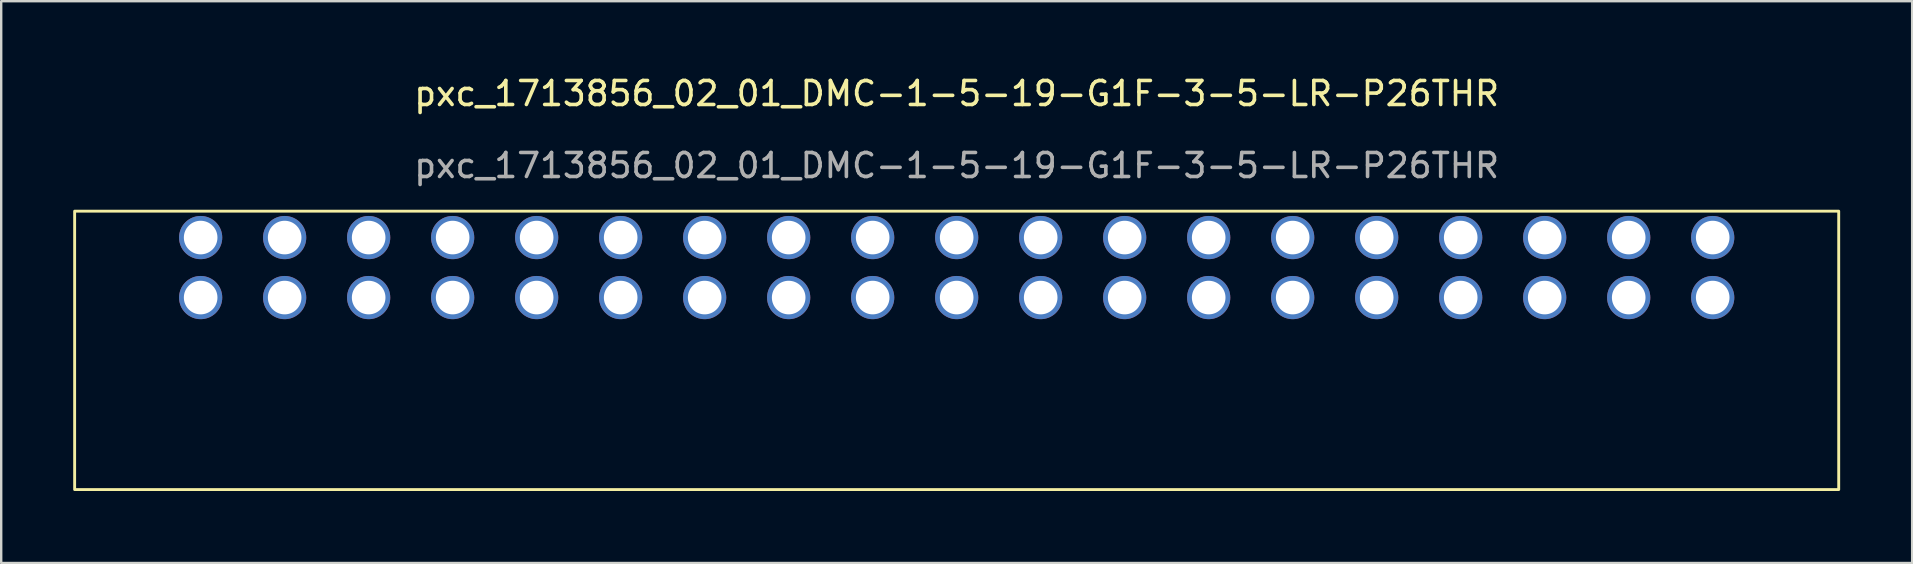
<source format=kicad_pcb>
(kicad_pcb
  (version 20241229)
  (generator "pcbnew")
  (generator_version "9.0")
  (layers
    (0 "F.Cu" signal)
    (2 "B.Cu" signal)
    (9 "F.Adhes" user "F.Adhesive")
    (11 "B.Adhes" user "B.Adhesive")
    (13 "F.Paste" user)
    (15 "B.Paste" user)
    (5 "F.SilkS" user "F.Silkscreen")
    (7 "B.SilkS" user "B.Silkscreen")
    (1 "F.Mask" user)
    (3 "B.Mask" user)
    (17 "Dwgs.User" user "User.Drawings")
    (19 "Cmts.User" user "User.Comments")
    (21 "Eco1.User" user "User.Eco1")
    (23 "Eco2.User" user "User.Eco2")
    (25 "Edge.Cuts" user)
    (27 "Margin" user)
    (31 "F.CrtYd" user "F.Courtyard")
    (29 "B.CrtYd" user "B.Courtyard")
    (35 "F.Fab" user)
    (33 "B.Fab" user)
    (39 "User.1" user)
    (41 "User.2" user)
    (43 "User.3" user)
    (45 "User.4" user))
  (footprint "pxc_1713856_02_01_DMC-1-5-19-G1F-3-5-LR-P26THR"
    (layer "F.Cu")
    (at 36.81 6.848)
    (property "Reference" "pxc_1713856_02_01_DMC-1-5-19-G1F-3-5-LR-P26THR" (at 0 -6 0) (unlocked yes) (layer "F.SilkS") (effects (font (size 1 1) (thickness 0.15))))
    (attr smd)
    (fp_rect (start -36.75 -1.1) (end 36.75 10.5) (stroke (width 0.12) (type default)) (fill no) (layer "F.SilkS"))
    (fp_text user "${REFERENCE}" (at 0 -3 0) (unlocked yes) (layer "F.Fab") (effects (font (size 1 1) (thickness 0.15))))
    (pad "1" thru_hole circle (at -31.5 0) (size 1.8 1.8) (drill 1.4) (layers "*.Cu" "*.Mask"))
    (pad "2" thru_hole circle (at -31.5 2.5) (size 1.8 1.8) (drill 1.4) (layers "*.Cu" "*.Mask"))
    (pad "3" thru_hole circle (at -28 0) (size 1.8 1.8) (drill 1.4) (layers "*.Cu" "*.Mask"))
    (pad "4" thru_hole circle (at -28 2.5) (size 1.8 1.8) (drill 1.4) (layers "*.Cu" "*.Mask"))
    (pad "5" thru_hole circle (at -24.5 0) (size 1.8 1.8) (drill 1.4) (layers "*.Cu" "*.Mask"))
    (pad "6" thru_hole circle (at -24.5 2.5) (size 1.8 1.8) (drill 1.4) (layers "*.Cu" "*.Mask"))
    (pad "7" thru_hole circle (at -21 0) (size 1.8 1.8) (drill 1.4) (layers "*.Cu" "*.Mask"))
    (pad "8" thru_hole circle (at -21 2.5) (size 1.8 1.8) (drill 1.4) (layers "*.Cu" "*.Mask"))
    (pad "9" thru_hole circle (at -17.5 0) (size 1.8 1.8) (drill 1.4) (layers "*.Cu" "*.Mask"))
    (pad "10" thru_hole circle (at -17.5 2.5) (size 1.8 1.8) (drill 1.4) (layers "*.Cu" "*.Mask"))
    (pad "11" thru_hole circle (at -14 0) (size 1.8 1.8) (drill 1.4) (layers "*.Cu" "*.Mask"))
    (pad "12" thru_hole circle (at -14 2.5) (size 1.8 1.8) (drill 1.4) (layers "*.Cu" "*.Mask"))
    (pad "13" thru_hole circle (at -10.5 0) (size 1.8 1.8) (drill 1.4) (layers "*.Cu" "*.Mask"))
    (pad "14" thru_hole circle (at -10.5 2.5) (size 1.8 1.8) (drill 1.4) (layers "*.Cu" "*.Mask"))
    (pad "15" thru_hole circle (at -7 0) (size 1.8 1.8) (drill 1.4) (layers "*.Cu" "*.Mask"))
    (pad "16" thru_hole circle (at -7 2.5) (size 1.8 1.8) (drill 1.4) (layers "*.Cu" "*.Mask"))
    (pad "17" thru_hole circle (at -3.5 0) (size 1.8 1.8) (drill 1.4) (layers "*.Cu" "*.Mask"))
    (pad "18" thru_hole circle (at -3.5 2.5) (size 1.8 1.8) (drill 1.4) (layers "*.Cu" "*.Mask"))
    (pad "19" thru_hole circle (at 0 0) (size 1.8 1.8) (drill 1.4) (layers "*.Cu" "*.Mask"))
    (pad "20" thru_hole circle (at 0 2.5) (size 1.8 1.8) (drill 1.4) (layers "*.Cu" "*.Mask"))
    (pad "21" thru_hole circle (at 3.5 0) (size 1.8 1.8) (drill 1.4) (layers "*.Cu" "*.Mask"))
    (pad "22" thru_hole circle (at 3.5 2.5) (size 1.8 1.8) (drill 1.4) (layers "*.Cu" "*.Mask"))
    (pad "23" thru_hole circle (at 7 0) (size 1.8 1.8) (drill 1.4) (layers "*.Cu" "*.Mask"))
    (pad "24" thru_hole circle (at 7 2.5) (size 1.8 1.8) (drill 1.4) (layers "*.Cu" "*.Mask"))
    (pad "25" thru_hole circle (at 10.5 0) (size 1.8 1.8) (drill 1.4) (layers "*.Cu" "*.Mask"))
    (pad "26" thru_hole circle (at 10.5 2.5) (size 1.8 1.8) (drill 1.4) (layers "*.Cu" "*.Mask"))
    (pad "27" thru_hole circle (at 14 0) (size 1.8 1.8) (drill 1.4) (layers "*.Cu" "*.Mask"))
    (pad "28" thru_hole circle (at 14 2.5) (size 1.8 1.8) (drill 1.4) (layers "*.Cu" "*.Mask"))
    (pad "29" thru_hole circle (at 17.5 0) (size 1.8 1.8) (drill 1.4) (layers "*.Cu" "*.Mask"))
    (pad "30" thru_hole circle (at 17.5 2.5) (size 1.8 1.8) (drill 1.4) (layers "*.Cu" "*.Mask"))
    (pad "31" thru_hole circle (at 21 0) (size 1.8 1.8) (drill 1.4) (layers "*.Cu" "*.Mask"))
    (pad "32" thru_hole circle (at 21 2.5) (size 1.8 1.8) (drill 1.4) (layers "*.Cu" "*.Mask"))
    (pad "33" thru_hole circle (at 24.5 0) (size 1.8 1.8) (drill 1.4) (layers "*.Cu" "*.Mask"))
    (pad "34" thru_hole circle (at 24.5 2.5) (size 1.8 1.8) (drill 1.4) (layers "*.Cu" "*.Mask"))
    (pad "35" thru_hole circle (at 28 0) (size 1.8 1.8) (drill 1.4) (layers "*.Cu" "*.Mask"))
    (pad "36" thru_hole circle (at 28 2.5) (size 1.8 1.8) (drill 1.4) (layers "*.Cu" "*.Mask"))
    (pad "37" thru_hole circle (at 31.5 0) (size 1.8 1.8) (drill 1.4) (layers "*.Cu" "*.Mask"))
    (pad "38" thru_hole circle (at 31.5 2.5) (size 1.8 1.8) (drill 1.4) (layers "*.Cu" "*.Mask")))
  (gr_rect
    (start -3 -3)
    (end 76.62 20.408)
    (stroke (width 0.1) (type default))
    (fill no)
    (layer "Edge.Cuts")))
</source>
